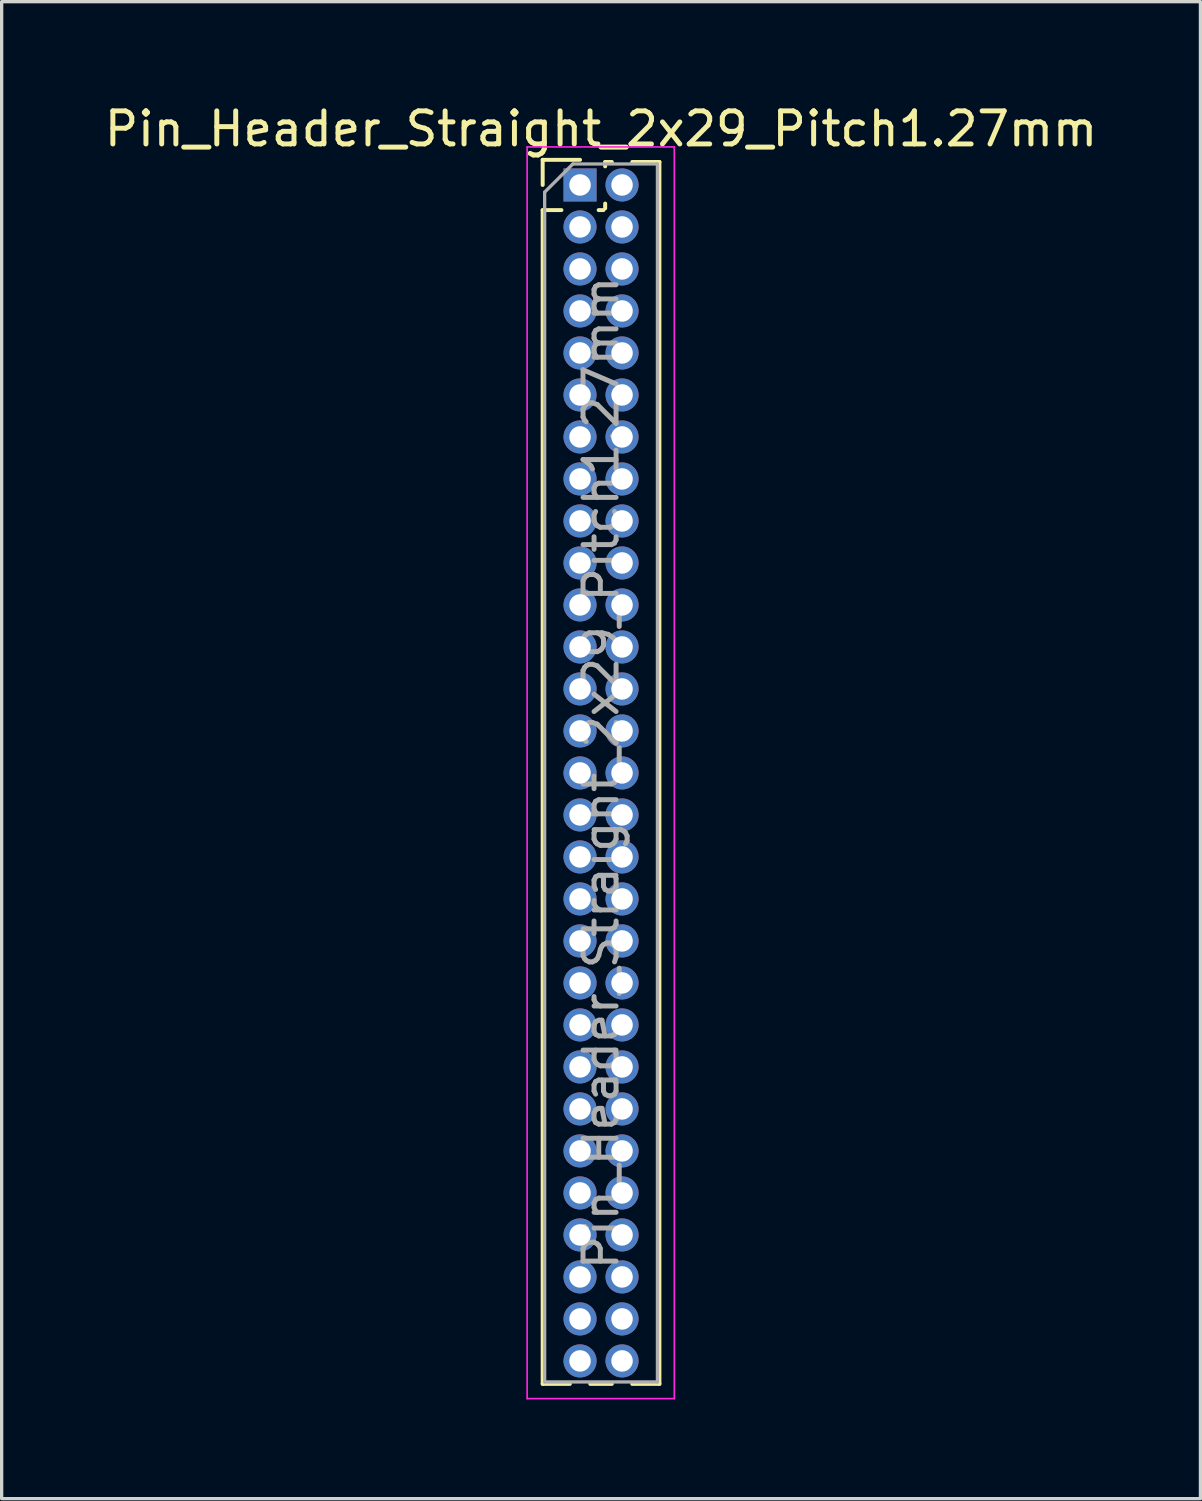
<source format=kicad_pcb>
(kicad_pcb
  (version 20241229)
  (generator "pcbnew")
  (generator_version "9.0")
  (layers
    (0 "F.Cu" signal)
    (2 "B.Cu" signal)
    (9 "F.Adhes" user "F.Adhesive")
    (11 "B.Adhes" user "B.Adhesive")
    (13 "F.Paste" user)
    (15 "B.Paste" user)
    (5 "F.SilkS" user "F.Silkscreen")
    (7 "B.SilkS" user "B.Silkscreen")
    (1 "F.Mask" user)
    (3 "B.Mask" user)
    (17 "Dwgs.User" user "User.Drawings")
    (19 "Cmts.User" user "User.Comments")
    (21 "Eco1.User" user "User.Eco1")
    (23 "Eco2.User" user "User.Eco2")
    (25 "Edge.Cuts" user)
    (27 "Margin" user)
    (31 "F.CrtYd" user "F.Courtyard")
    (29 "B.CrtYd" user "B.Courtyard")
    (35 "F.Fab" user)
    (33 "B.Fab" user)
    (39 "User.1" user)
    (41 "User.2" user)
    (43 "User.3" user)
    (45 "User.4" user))
  (footprint "Pin_Header_Straight_2x29_Pitch1.27mm"
    (layer "F.Cu")
    (at 14.49 2.543)
    (property "Reference" "Pin_Header_Straight_2x29_Pitch1.27mm" (at 0.635 -1.695 0) (layer "F.SilkS") (effects (font (size 1 1) (thickness 0.15))))
    (attr through_hole)
    (fp_line (start -1.13 -0.76) (end 0 -0.76) (stroke (width 0.12) (type solid)) (layer "F.SilkS"))
    (fp_line (start -1.13 0) (end -1.13 -0.76) (stroke (width 0.12) (type solid)) (layer "F.SilkS"))
    (fp_line (start -1.13 0.76) (end -1.13 36.255) (stroke (width 0.12) (type solid)) (layer "F.SilkS"))
    (fp_line (start -1.13 0.76) (end -0.563 0.76) (stroke (width 0.12) (type solid)) (layer "F.SilkS"))
    (fp_line (start -1.13 36.255) (end -0.308 36.255) (stroke (width 0.12) (type solid)) (layer "F.SilkS"))
    (fp_line (start 0.308 36.255) (end 0.962 36.255) (stroke (width 0.12) (type solid)) (layer "F.SilkS"))
    (fp_line (start 0.563 0.76) (end 0.707 0.76) (stroke (width 0.12) (type solid)) (layer "F.SilkS"))
    (fp_line (start 0.76 -0.695) (end 0.962 -0.695) (stroke (width 0.12) (type solid)) (layer "F.SilkS"))
    (fp_line (start 0.76 -0.563) (end 0.76 -0.695) (stroke (width 0.12) (type solid)) (layer "F.SilkS"))
    (fp_line (start 0.76 0.707) (end 0.76 0.563) (stroke (width 0.12) (type solid)) (layer "F.SilkS"))
    (fp_line (start 1.578 -0.695) (end 2.4 -0.695) (stroke (width 0.12) (type solid)) (layer "F.SilkS"))
    (fp_line (start 1.578 36.255) (end 2.4 36.255) (stroke (width 0.12) (type solid)) (layer "F.SilkS"))
    (fp_line (start 2.4 -0.695) (end 2.4 36.255) (stroke (width 0.12) (type solid)) (layer "F.SilkS"))
    (fp_line (start -1.6 -1.15) (end -1.6 36.7) (stroke (width 0.05) (type solid)) (layer "F.CrtYd"))
    (fp_line (start -1.6 36.7) (end 2.85 36.7) (stroke (width 0.05) (type solid)) (layer "F.CrtYd"))
    (fp_line (start 2.85 -1.15) (end -1.6 -1.15) (stroke (width 0.05) (type solid)) (layer "F.CrtYd"))
    (fp_line (start 2.85 36.7) (end 2.85 -1.15) (stroke (width 0.05) (type solid)) (layer "F.CrtYd"))
    (fp_line (start -1.07 0.217) (end -0.217 -0.635) (stroke (width 0.1) (type solid)) (layer "F.Fab"))
    (fp_line (start -1.07 36.195) (end -1.07 0.217) (stroke (width 0.1) (type solid)) (layer "F.Fab"))
    (fp_line (start -0.217 -0.635) (end 2.34 -0.635) (stroke (width 0.1) (type solid)) (layer "F.Fab"))
    (fp_line (start 2.34 -0.635) (end 2.34 36.195) (stroke (width 0.1) (type solid)) (layer "F.Fab"))
    (fp_line (start 2.34 36.195) (end -1.07 36.195) (stroke (width 0.1) (type solid)) (layer "F.Fab"))
    (fp_text user "${REFERENCE}" (at 0.635 17.78 90) (layer "F.Fab") (effects (font (size 1 1) (thickness 0.15))))
    (pad "1" thru_hole rect (at 0 0) (size 1 1) (drill 0.65) (layers "*.Cu" "*.Mask"))
    (pad "2" thru_hole oval (at 1.27 0) (size 1 1) (drill 0.65) (layers "*.Cu" "*.Mask"))
    (pad "3" thru_hole oval (at 0 1.27) (size 1 1) (drill 0.65) (layers "*.Cu" "*.Mask"))
    (pad "4" thru_hole oval (at 1.27 1.27) (size 1 1) (drill 0.65) (layers "*.Cu" "*.Mask"))
    (pad "5" thru_hole oval (at 0 2.54) (size 1 1) (drill 0.65) (layers "*.Cu" "*.Mask"))
    (pad "6" thru_hole oval (at 1.27 2.54) (size 1 1) (drill 0.65) (layers "*.Cu" "*.Mask"))
    (pad "7" thru_hole oval (at 0 3.81) (size 1 1) (drill 0.65) (layers "*.Cu" "*.Mask"))
    (pad "8" thru_hole oval (at 1.27 3.81) (size 1 1) (drill 0.65) (layers "*.Cu" "*.Mask"))
    (pad "9" thru_hole oval (at 0 5.08) (size 1 1) (drill 0.65) (layers "*.Cu" "*.Mask"))
    (pad "10" thru_hole oval (at 1.27 5.08) (size 1 1) (drill 0.65) (layers "*.Cu" "*.Mask"))
    (pad "11" thru_hole oval (at 0 6.35) (size 1 1) (drill 0.65) (layers "*.Cu" "*.Mask"))
    (pad "12" thru_hole oval (at 1.27 6.35) (size 1 1) (drill 0.65) (layers "*.Cu" "*.Mask"))
    (pad "13" thru_hole oval (at 0 7.62) (size 1 1) (drill 0.65) (layers "*.Cu" "*.Mask"))
    (pad "14" thru_hole oval (at 1.27 7.62) (size 1 1) (drill 0.65) (layers "*.Cu" "*.Mask"))
    (pad "15" thru_hole oval (at 0 8.89) (size 1 1) (drill 0.65) (layers "*.Cu" "*.Mask"))
    (pad "16" thru_hole oval (at 1.27 8.89) (size 1 1) (drill 0.65) (layers "*.Cu" "*.Mask"))
    (pad "17" thru_hole oval (at 0 10.16) (size 1 1) (drill 0.65) (layers "*.Cu" "*.Mask"))
    (pad "18" thru_hole oval (at 1.27 10.16) (size 1 1) (drill 0.65) (layers "*.Cu" "*.Mask"))
    (pad "19" thru_hole oval (at 0 11.43) (size 1 1) (drill 0.65) (layers "*.Cu" "*.Mask"))
    (pad "20" thru_hole oval (at 1.27 11.43) (size 1 1) (drill 0.65) (layers "*.Cu" "*.Mask"))
    (pad "21" thru_hole oval (at 0 12.7) (size 1 1) (drill 0.65) (layers "*.Cu" "*.Mask"))
    (pad "22" thru_hole oval (at 1.27 12.7) (size 1 1) (drill 0.65) (layers "*.Cu" "*.Mask"))
    (pad "23" thru_hole oval (at 0 13.97) (size 1 1) (drill 0.65) (layers "*.Cu" "*.Mask"))
    (pad "24" thru_hole oval (at 1.27 13.97) (size 1 1) (drill 0.65) (layers "*.Cu" "*.Mask"))
    (pad "25" thru_hole oval (at 0 15.24) (size 1 1) (drill 0.65) (layers "*.Cu" "*.Mask"))
    (pad "26" thru_hole oval (at 1.27 15.24) (size 1 1) (drill 0.65) (layers "*.Cu" "*.Mask"))
    (pad "27" thru_hole oval (at 0 16.51) (size 1 1) (drill 0.65) (layers "*.Cu" "*.Mask"))
    (pad "28" thru_hole oval (at 1.27 16.51) (size 1 1) (drill 0.65) (layers "*.Cu" "*.Mask"))
    (pad "29" thru_hole oval (at 0 17.78) (size 1 1) (drill 0.65) (layers "*.Cu" "*.Mask"))
    (pad "30" thru_hole oval (at 1.27 17.78) (size 1 1) (drill 0.65) (layers "*.Cu" "*.Mask"))
    (pad "31" thru_hole oval (at 0 19.05) (size 1 1) (drill 0.65) (layers "*.Cu" "*.Mask"))
    (pad "32" thru_hole oval (at 1.27 19.05) (size 1 1) (drill 0.65) (layers "*.Cu" "*.Mask"))
    (pad "33" thru_hole oval (at 0 20.32) (size 1 1) (drill 0.65) (layers "*.Cu" "*.Mask"))
    (pad "34" thru_hole oval (at 1.27 20.32) (size 1 1) (drill 0.65) (layers "*.Cu" "*.Mask"))
    (pad "35" thru_hole oval (at 0 21.59) (size 1 1) (drill 0.65) (layers "*.Cu" "*.Mask"))
    (pad "36" thru_hole oval (at 1.27 21.59) (size 1 1) (drill 0.65) (layers "*.Cu" "*.Mask"))
    (pad "37" thru_hole oval (at 0 22.86) (size 1 1) (drill 0.65) (layers "*.Cu" "*.Mask"))
    (pad "38" thru_hole oval (at 1.27 22.86) (size 1 1) (drill 0.65) (layers "*.Cu" "*.Mask"))
    (pad "39" thru_hole oval (at 0 24.13) (size 1 1) (drill 0.65) (layers "*.Cu" "*.Mask"))
    (pad "40" thru_hole oval (at 1.27 24.13) (size 1 1) (drill 0.65) (layers "*.Cu" "*.Mask"))
    (pad "41" thru_hole oval (at 0 25.4) (size 1 1) (drill 0.65) (layers "*.Cu" "*.Mask"))
    (pad "42" thru_hole oval (at 1.27 25.4) (size 1 1) (drill 0.65) (layers "*.Cu" "*.Mask"))
    (pad "43" thru_hole oval (at 0 26.67) (size 1 1) (drill 0.65) (layers "*.Cu" "*.Mask"))
    (pad "44" thru_hole oval (at 1.27 26.67) (size 1 1) (drill 0.65) (layers "*.Cu" "*.Mask"))
    (pad "45" thru_hole oval (at 0 27.94) (size 1 1) (drill 0.65) (layers "*.Cu" "*.Mask"))
    (pad "46" thru_hole oval (at 1.27 27.94) (size 1 1) (drill 0.65) (layers "*.Cu" "*.Mask"))
    (pad "47" thru_hole oval (at 0 29.21) (size 1 1) (drill 0.65) (layers "*.Cu" "*.Mask"))
    (pad "48" thru_hole oval (at 1.27 29.21) (size 1 1) (drill 0.65) (layers "*.Cu" "*.Mask"))
    (pad "49" thru_hole oval (at 0 30.48) (size 1 1) (drill 0.65) (layers "*.Cu" "*.Mask"))
    (pad "50" thru_hole oval (at 1.27 30.48) (size 1 1) (drill 0.65) (layers "*.Cu" "*.Mask"))
    (pad "51" thru_hole oval (at 0 31.75) (size 1 1) (drill 0.65) (layers "*.Cu" "*.Mask"))
    (pad "52" thru_hole oval (at 1.27 31.75) (size 1 1) (drill 0.65) (layers "*.Cu" "*.Mask"))
    (pad "53" thru_hole oval (at 0 33.02) (size 1 1) (drill 0.65) (layers "*.Cu" "*.Mask"))
    (pad "54" thru_hole oval (at 1.27 33.02) (size 1 1) (drill 0.65) (layers "*.Cu" "*.Mask"))
    (pad "55" thru_hole oval (at 0 34.29) (size 1 1) (drill 0.65) (layers "*.Cu" "*.Mask"))
    (pad "56" thru_hole oval (at 1.27 34.29) (size 1 1) (drill 0.65) (layers "*.Cu" "*.Mask"))
    (pad "57" thru_hole oval (at 0 35.56) (size 1 1) (drill 0.65) (layers "*.Cu" "*.Mask"))
    (pad "58" thru_hole oval (at 1.27 35.56) (size 1 1) (drill 0.65) (layers "*.Cu" "*.Mask")))
  (gr_rect
    (start -3 -3)
    (end 33.25 42.268)
    (stroke (width 0.1) (type default))
    (fill no)
    (layer "Edge.Cuts")))
</source>
